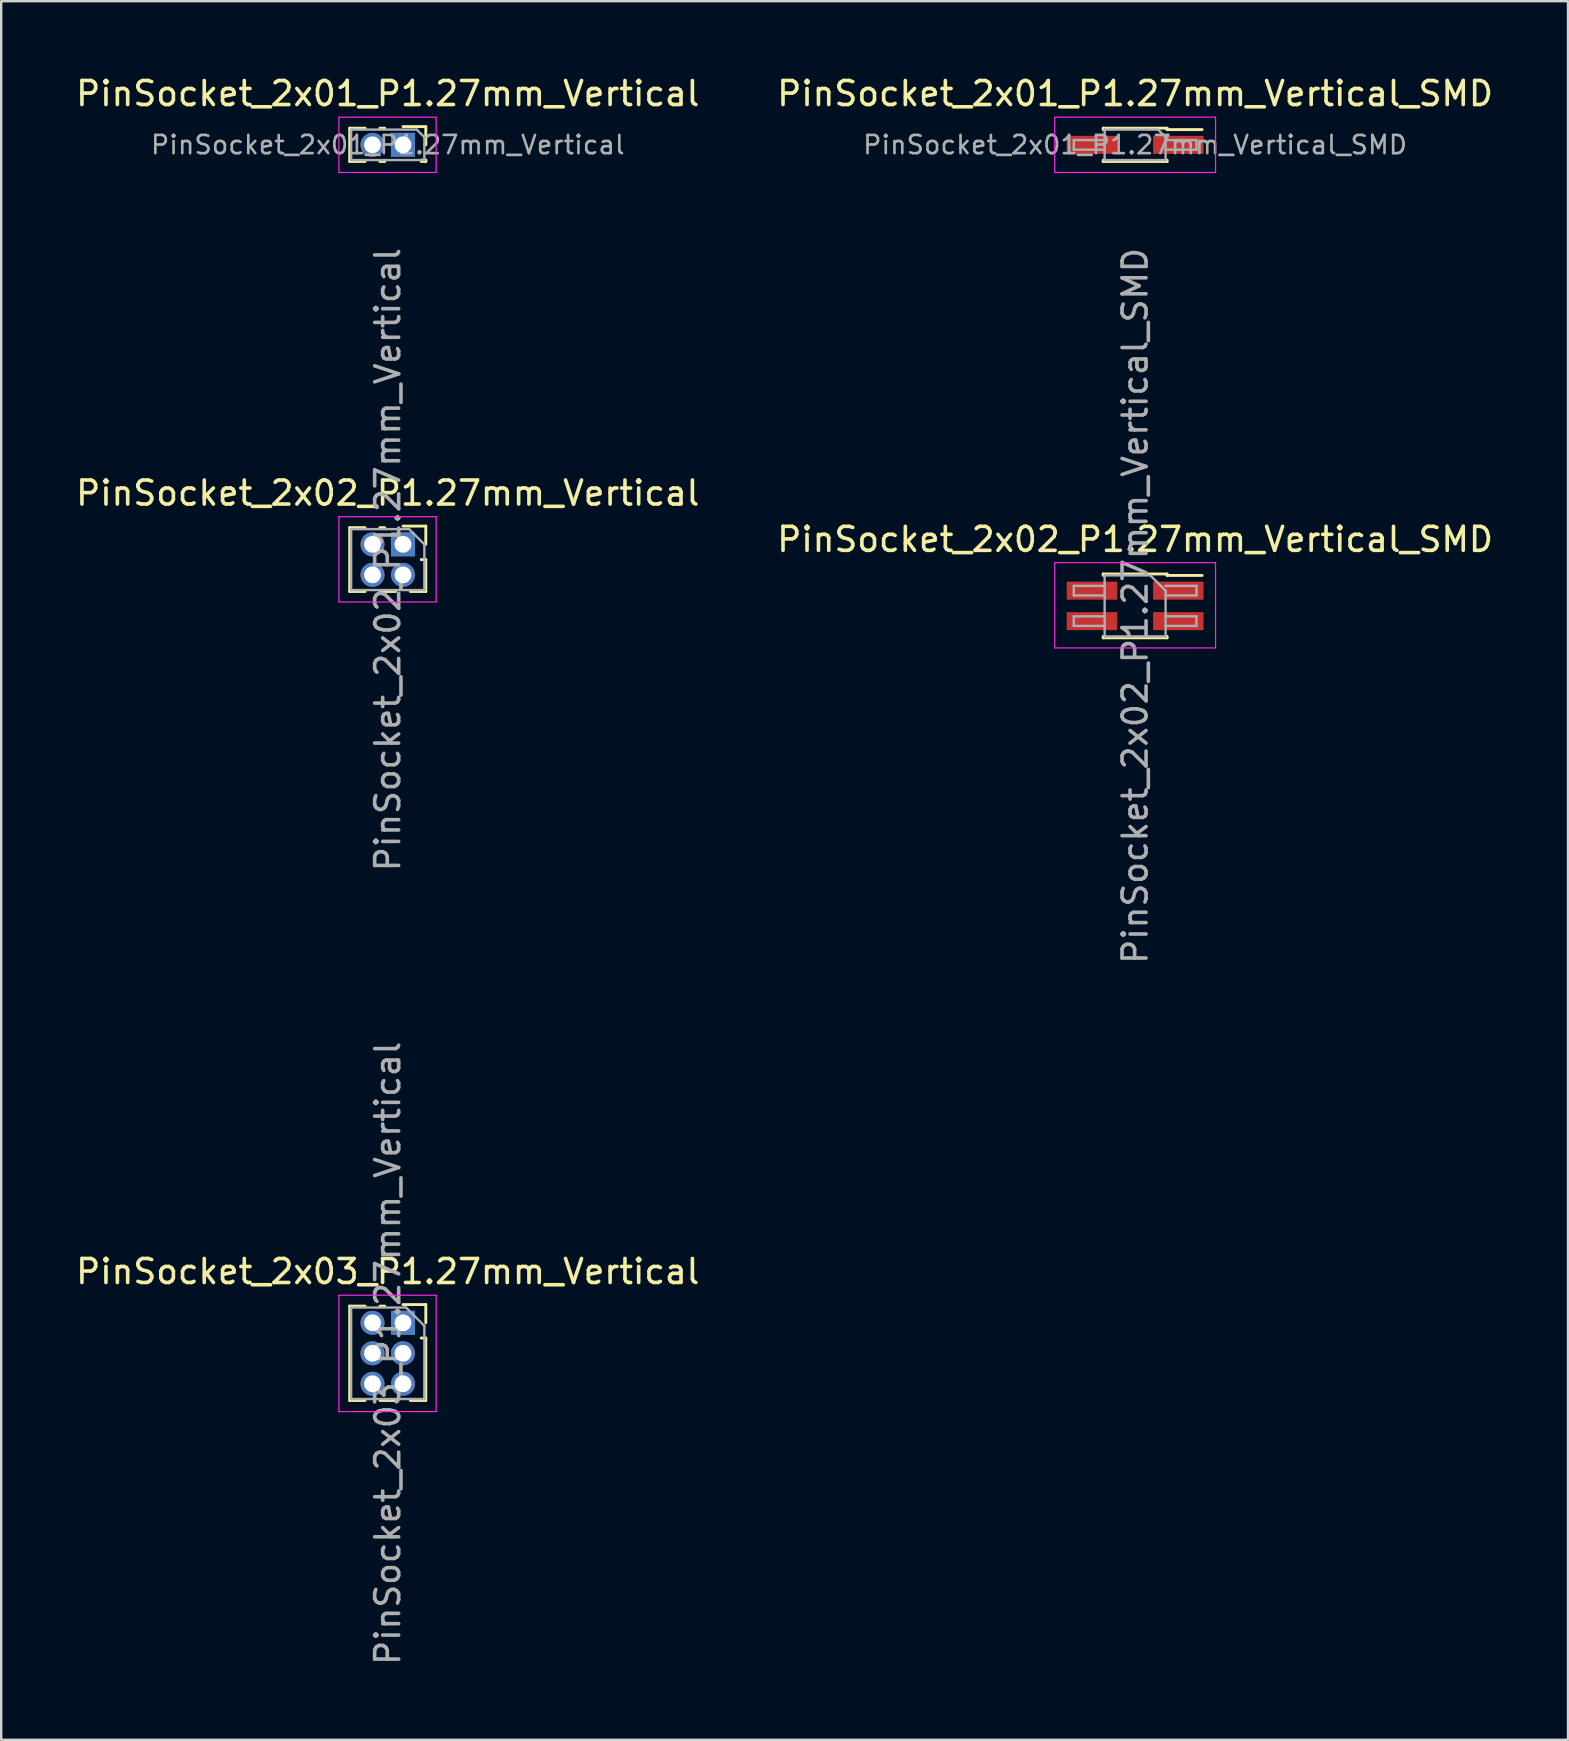
<source format=kicad_pcb>
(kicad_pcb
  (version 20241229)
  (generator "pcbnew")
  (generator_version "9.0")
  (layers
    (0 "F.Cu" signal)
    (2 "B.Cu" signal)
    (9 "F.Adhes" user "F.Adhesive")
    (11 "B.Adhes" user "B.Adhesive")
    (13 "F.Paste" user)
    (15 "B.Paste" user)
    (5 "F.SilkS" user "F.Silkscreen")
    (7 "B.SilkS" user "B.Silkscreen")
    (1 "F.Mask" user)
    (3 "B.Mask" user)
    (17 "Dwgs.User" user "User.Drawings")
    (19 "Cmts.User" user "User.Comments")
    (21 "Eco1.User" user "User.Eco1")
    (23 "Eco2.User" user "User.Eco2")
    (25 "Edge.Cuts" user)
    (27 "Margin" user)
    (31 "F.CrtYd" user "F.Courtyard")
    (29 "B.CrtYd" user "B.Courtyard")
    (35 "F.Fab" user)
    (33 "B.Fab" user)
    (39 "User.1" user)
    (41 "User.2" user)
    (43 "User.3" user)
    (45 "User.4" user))
  (footprint "PinSocket_2x01_P1.27mm_Vertical_SMD"
    (layer "F.Cu")
    (at 44.232 2.983)
    (property "Reference" "PinSocket_2x01_P1.27mm_Vertical_SMD" (at 0 -2.135 0) (layer "F.SilkS") (effects (font (size 1 1) (thickness 0.15))))
    (attr smd)
    (fp_line (start -1.33 -0.695) (end -1.33 -0.635) (stroke (width 0.12) (type solid)) (layer "F.SilkS"))
    (fp_line (start -1.33 -0.695) (end 1.33 -0.695) (stroke (width 0.12) (type solid)) (layer "F.SilkS"))
    (fp_line (start -1.33 0.635) (end -1.33 0.695) (stroke (width 0.12) (type solid)) (layer "F.SilkS"))
    (fp_line (start -1.33 0.695) (end 1.33 0.695) (stroke (width 0.12) (type solid)) (layer "F.SilkS"))
    (fp_line (start 1.33 -0.695) (end 1.33 -0.635) (stroke (width 0.12) (type solid)) (layer "F.SilkS"))
    (fp_line (start 1.33 -0.635) (end 2.79 -0.635) (stroke (width 0.12) (type solid)) (layer "F.SilkS"))
    (fp_line (start 1.33 0.635) (end 1.33 0.695) (stroke (width 0.12) (type solid)) (layer "F.SilkS"))
    (fp_line (start -3.35 -1.15) (end 3.35 -1.15) (stroke (width 0.05) (type solid)) (layer "F.CrtYd"))
    (fp_line (start -3.35 1.15) (end -3.35 -1.15) (stroke (width 0.05) (type solid)) (layer "F.CrtYd"))
    (fp_line (start 3.35 -1.15) (end 3.35 1.15) (stroke (width 0.05) (type solid)) (layer "F.CrtYd"))
    (fp_line (start 3.35 1.15) (end -3.35 1.15) (stroke (width 0.05) (type solid)) (layer "F.CrtYd"))
    (fp_line (start -2.555 -0.2) (end -1.27 -0.2) (stroke (width 0.1) (type solid)) (layer "F.Fab"))
    (fp_line (start -2.555 0.2) (end -2.555 -0.2) (stroke (width 0.1) (type solid)) (layer "F.Fab"))
    (fp_line (start -1.27 -0.635) (end 0.953 -0.635) (stroke (width 0.1) (type solid)) (layer "F.Fab"))
    (fp_line (start -1.27 0.2) (end -2.555 0.2) (stroke (width 0.1) (type solid)) (layer "F.Fab"))
    (fp_line (start -1.27 0.635) (end -1.27 -0.635) (stroke (width 0.1) (type solid)) (layer "F.Fab"))
    (fp_line (start 0.953 -0.635) (end 1.27 -0.318) (stroke (width 0.1) (type solid)) (layer "F.Fab"))
    (fp_line (start 1.27 -0.318) (end 1.27 0.635) (stroke (width 0.1) (type solid)) (layer "F.Fab"))
    (fp_line (start 1.27 -0.2) (end 2.555 -0.2) (stroke (width 0.1) (type solid)) (layer "F.Fab"))
    (fp_line (start 1.27 0.635) (end -1.27 0.635) (stroke (width 0.1) (type solid)) (layer "F.Fab"))
    (fp_line (start 2.555 -0.2) (end 2.555 0.2) (stroke (width 0.1) (type solid)) (layer "F.Fab"))
    (fp_line (start 2.555 0.2) (end 1.27 0.2) (stroke (width 0.1) (type solid)) (layer "F.Fab"))
    (fp_text user "${REFERENCE}" (at 0 0 0) (layer "F.Fab") (effects (font (size 0.76 0.76) (thickness 0.11))))
    (pad "1" smd rect (at 1.8 0) (size 2.1 0.75) (layers "F.Cu" "F.Mask" "F.Paste"))
    (pad "2" smd rect (at -1.8 0) (size 2.1 0.75) (layers "F.Cu" "F.Mask" "F.Paste")))
  (footprint "PinSocket_2x02_P1.27mm_Vertical_SMD"
    (layer "F.Cu")
    (at 44.232 22.188)
    (property "Reference" "PinSocket_2x02_P1.27mm_Vertical_SMD" (at 0 -2.77 0) (layer "F.SilkS") (effects (font (size 1 1) (thickness 0.15))))
    (attr smd)
    (fp_line (start -1.33 -1.33) (end -1.33 -1.27) (stroke (width 0.12) (type solid)) (layer "F.SilkS"))
    (fp_line (start -1.33 -1.33) (end 1.33 -1.33) (stroke (width 0.12) (type solid)) (layer "F.SilkS"))
    (fp_line (start -1.33 1.27) (end -1.33 1.33) (stroke (width 0.12) (type solid)) (layer "F.SilkS"))
    (fp_line (start -1.33 1.33) (end 1.33 1.33) (stroke (width 0.12) (type solid)) (layer "F.SilkS"))
    (fp_line (start 1.33 -1.33) (end 1.33 -1.27) (stroke (width 0.12) (type solid)) (layer "F.SilkS"))
    (fp_line (start 1.33 -1.27) (end 2.79 -1.27) (stroke (width 0.12) (type solid)) (layer "F.SilkS"))
    (fp_line (start 1.33 1.27) (end 1.33 1.33) (stroke (width 0.12) (type solid)) (layer "F.SilkS"))
    (fp_line (start -3.35 -1.8) (end 3.35 -1.8) (stroke (width 0.05) (type solid)) (layer "F.CrtYd"))
    (fp_line (start -3.35 1.75) (end -3.35 -1.8) (stroke (width 0.05) (type solid)) (layer "F.CrtYd"))
    (fp_line (start 3.35 -1.8) (end 3.35 1.75) (stroke (width 0.05) (type solid)) (layer "F.CrtYd"))
    (fp_line (start 3.35 1.75) (end -3.35 1.75) (stroke (width 0.05) (type solid)) (layer "F.CrtYd"))
    (fp_line (start -2.555 -0.835) (end -1.27 -0.835) (stroke (width 0.1) (type solid)) (layer "F.Fab"))
    (fp_line (start -2.555 -0.435) (end -2.555 -0.835) (stroke (width 0.1) (type solid)) (layer "F.Fab"))
    (fp_line (start -2.555 0.435) (end -1.27 0.435) (stroke (width 0.1) (type solid)) (layer "F.Fab"))
    (fp_line (start -2.555 0.835) (end -2.555 0.435) (stroke (width 0.1) (type solid)) (layer "F.Fab"))
    (fp_line (start -1.27 -1.27) (end 0.635 -1.27) (stroke (width 0.1) (type solid)) (layer "F.Fab"))
    (fp_line (start -1.27 -0.435) (end -2.555 -0.435) (stroke (width 0.1) (type solid)) (layer "F.Fab"))
    (fp_line (start -1.27 0.835) (end -2.555 0.835) (stroke (width 0.1) (type solid)) (layer "F.Fab"))
    (fp_line (start -1.27 1.27) (end -1.27 -1.27) (stroke (width 0.1) (type solid)) (layer "F.Fab"))
    (fp_line (start 0.635 -1.27) (end 1.27 -0.635) (stroke (width 0.1) (type solid)) (layer "F.Fab"))
    (fp_line (start 1.27 -0.835) (end 2.555 -0.835) (stroke (width 0.1) (type solid)) (layer "F.Fab"))
    (fp_line (start 1.27 -0.635) (end 1.27 1.27) (stroke (width 0.1) (type solid)) (layer "F.Fab"))
    (fp_line (start 1.27 0.435) (end 2.555 0.435) (stroke (width 0.1) (type solid)) (layer "F.Fab"))
    (fp_line (start 1.27 1.27) (end -1.27 1.27) (stroke (width 0.1) (type solid)) (layer "F.Fab"))
    (fp_line (start 2.555 -0.835) (end 2.555 -0.435) (stroke (width 0.1) (type solid)) (layer "F.Fab"))
    (fp_line (start 2.555 -0.435) (end 1.27 -0.435) (stroke (width 0.1) (type solid)) (layer "F.Fab"))
    (fp_line (start 2.555 0.435) (end 2.555 0.835) (stroke (width 0.1) (type solid)) (layer "F.Fab"))
    (fp_line (start 2.555 0.835) (end 1.27 0.835) (stroke (width 0.1) (type solid)) (layer "F.Fab"))
    (fp_text user "${REFERENCE}" (at 0 0 90) (layer "F.Fab") (effects (font (size 1 1) (thickness 0.15))))
    (pad "1" smd rect (at 1.8 -0.635) (size 2.1 0.75) (layers "F.Cu" "F.Mask" "F.Paste"))
    (pad "2" smd rect (at -1.8 -0.635) (size 2.1 0.75) (layers "F.Cu" "F.Mask" "F.Paste"))
    (pad "3" smd rect (at 1.8 0.635) (size 2.1 0.75) (layers "F.Cu" "F.Mask" "F.Paste"))
    (pad "4" smd rect (at -1.8 0.635) (size 2.1 0.75) (layers "F.Cu" "F.Mask" "F.Paste")))
  (footprint "PinSocket_2x02_P1.27mm_Vertical"
    (layer "F.Cu")
    (at 13.736 19.624)
    (property "Reference" "PinSocket_2x02_P1.27mm_Vertical" (at -0.635 -2.135 0) (layer "F.SilkS") (effects (font (size 1 1) (thickness 0.15))))
    (attr through_hole)
    (fp_line (start -2.22 -0.695) (end -2.22 1.965) (stroke (width 0.12) (type solid)) (layer "F.SilkS"))
    (fp_line (start -2.22 -0.695) (end -1.578 -0.695) (stroke (width 0.12) (type solid)) (layer "F.SilkS"))
    (fp_line (start -2.22 1.965) (end -1.578 1.965) (stroke (width 0.12) (type solid)) (layer "F.SilkS"))
    (fp_line (start -0.962 -0.695) (end -0.76 -0.695) (stroke (width 0.12) (type solid)) (layer "F.SilkS"))
    (fp_line (start -0.962 1.965) (end -0.308 1.965) (stroke (width 0.12) (type solid)) (layer "F.SilkS"))
    (fp_line (start 0 -0.76) (end 0.95 -0.76) (stroke (width 0.12) (type solid)) (layer "F.SilkS"))
    (fp_line (start 0.308 1.965) (end 0.95 1.965) (stroke (width 0.12) (type solid)) (layer "F.SilkS"))
    (fp_line (start 0.76 0.635) (end 0.95 0.635) (stroke (width 0.12) (type solid)) (layer "F.SilkS"))
    (fp_line (start 0.95 -0.76) (end 0.95 0) (stroke (width 0.12) (type solid)) (layer "F.SilkS"))
    (fp_line (start 0.95 0.635) (end 0.95 1.965) (stroke (width 0.12) (type solid)) (layer "F.SilkS"))
    (fp_line (start -2.67 -1.15) (end 1.38 -1.15) (stroke (width 0.05) (type solid)) (layer "F.CrtYd"))
    (fp_line (start -2.67 2.4) (end -2.67 -1.15) (stroke (width 0.05) (type solid)) (layer "F.CrtYd"))
    (fp_line (start 1.38 -1.15) (end 1.38 2.4) (stroke (width 0.05) (type solid)) (layer "F.CrtYd"))
    (fp_line (start 1.38 2.4) (end -2.67 2.4) (stroke (width 0.05) (type solid)) (layer "F.CrtYd"))
    (fp_line (start -2.16 -0.635) (end 0.255 -0.635) (stroke (width 0.1) (type solid)) (layer "F.Fab"))
    (fp_line (start -2.16 1.905) (end -2.16 -0.635) (stroke (width 0.1) (type solid)) (layer "F.Fab"))
    (fp_line (start 0.255 -0.635) (end 0.89 0) (stroke (width 0.1) (type solid)) (layer "F.Fab"))
    (fp_line (start 0.89 0) (end 0.89 1.905) (stroke (width 0.1) (type solid)) (layer "F.Fab"))
    (fp_line (start 0.89 1.905) (end -2.16 1.905) (stroke (width 0.1) (type solid)) (layer "F.Fab"))
    (fp_text user "${REFERENCE}" (at -0.635 0.635 90) (layer "F.Fab") (effects (font (size 1 1) (thickness 0.15))))
    (pad "1" thru_hole rect (at 0 0) (size 1 1) (drill 0.7) (layers "*.Cu" "*.Mask"))
    (pad "2" thru_hole oval (at -1.27 0) (size 1 1) (drill 0.7) (layers "*.Cu" "*.Mask"))
    (pad "3" thru_hole oval (at 0 1.27) (size 1 1) (drill 0.7) (layers "*.Cu" "*.Mask"))
    (pad "4" thru_hole oval (at -1.27 1.27) (size 1 1) (drill 0.7) (layers "*.Cu" "*.Mask")))
  (footprint "PinSocket_2x01_P1.27mm_Vertical"
    (layer "F.Cu")
    (at 13.736 2.983)
    (property "Reference" "PinSocket_2x01_P1.27mm_Vertical" (at -0.635 -2.135 0) (layer "F.SilkS") (effects (font (size 1 1) (thickness 0.15))))
    (attr through_hole)
    (fp_line (start -2.22 -0.695) (end -2.22 0.695) (stroke (width 0.12) (type solid)) (layer "F.SilkS"))
    (fp_line (start -2.22 -0.695) (end -1.578 -0.695) (stroke (width 0.12) (type solid)) (layer "F.SilkS"))
    (fp_line (start -2.22 0.695) (end -1.578 0.695) (stroke (width 0.12) (type solid)) (layer "F.SilkS"))
    (fp_line (start -0.962 -0.695) (end -0.76 -0.695) (stroke (width 0.12) (type solid)) (layer "F.SilkS"))
    (fp_line (start -0.962 0.695) (end -0.76 0.695) (stroke (width 0.12) (type solid)) (layer "F.SilkS"))
    (fp_line (start 0 -0.76) (end 0.95 -0.76) (stroke (width 0.12) (type solid)) (layer "F.SilkS"))
    (fp_line (start 0.76 0.635) (end 0.95 0.635) (stroke (width 0.12) (type solid)) (layer "F.SilkS"))
    (fp_line (start 0.76 0.695) (end 0.95 0.695) (stroke (width 0.12) (type solid)) (layer "F.SilkS"))
    (fp_line (start 0.95 -0.76) (end 0.95 0) (stroke (width 0.12) (type solid)) (layer "F.SilkS"))
    (fp_line (start 0.95 0.635) (end 0.95 0.695) (stroke (width 0.12) (type solid)) (layer "F.SilkS"))
    (fp_line (start -2.67 -1.15) (end 1.38 -1.15) (stroke (width 0.05) (type solid)) (layer "F.CrtYd"))
    (fp_line (start -2.67 1.15) (end -2.67 -1.15) (stroke (width 0.05) (type solid)) (layer "F.CrtYd"))
    (fp_line (start 1.38 -1.15) (end 1.38 1.15) (stroke (width 0.05) (type solid)) (layer "F.CrtYd"))
    (fp_line (start 1.38 1.15) (end -2.67 1.15) (stroke (width 0.05) (type solid)) (layer "F.CrtYd"))
    (fp_line (start -2.16 -0.635) (end 0.573 -0.635) (stroke (width 0.1) (type solid)) (layer "F.Fab"))
    (fp_line (start -2.16 0.635) (end -2.16 -0.635) (stroke (width 0.1) (type solid)) (layer "F.Fab"))
    (fp_line (start 0.573 -0.635) (end 0.89 -0.318) (stroke (width 0.1) (type solid)) (layer "F.Fab"))
    (fp_line (start 0.89 -0.318) (end 0.89 0.635) (stroke (width 0.1) (type solid)) (layer "F.Fab"))
    (fp_line (start 0.89 0.635) (end -2.16 0.635) (stroke (width 0.1) (type solid)) (layer "F.Fab"))
    (fp_text user "${REFERENCE}" (at -0.635 0 0) (layer "F.Fab") (effects (font (size 0.76 0.76) (thickness 0.11))))
    (pad "1" thru_hole rect (at 0 0) (size 1 1) (drill 0.7) (layers "*.Cu" "*.Mask"))
    (pad "2" thru_hole oval (at -1.27 0) (size 1 1) (drill 0.7) (layers "*.Cu" "*.Mask")))
  (footprint "PinSocket_2x03_P1.27mm_Vertical"
    (layer "F.Cu")
    (at 13.736 52.049)
    (property "Reference" "PinSocket_2x03_P1.27mm_Vertical" (at -0.635 -2.135 0) (layer "F.SilkS") (effects (font (size 1 1) (thickness 0.15))))
    (attr through_hole)
    (fp_line (start -2.22 -0.695) (end -2.22 3.235) (stroke (width 0.12) (type solid)) (layer "F.SilkS"))
    (fp_line (start -2.22 -0.695) (end -1.578 -0.695) (stroke (width 0.12) (type solid)) (layer "F.SilkS"))
    (fp_line (start -2.22 3.235) (end -1.578 3.235) (stroke (width 0.12) (type solid)) (layer "F.SilkS"))
    (fp_line (start -0.962 -0.695) (end -0.76 -0.695) (stroke (width 0.12) (type solid)) (layer "F.SilkS"))
    (fp_line (start -0.962 3.235) (end -0.308 3.235) (stroke (width 0.12) (type solid)) (layer "F.SilkS"))
    (fp_line (start 0 -0.76) (end 0.95 -0.76) (stroke (width 0.12) (type solid)) (layer "F.SilkS"))
    (fp_line (start 0.308 3.235) (end 0.95 3.235) (stroke (width 0.12) (type solid)) (layer "F.SilkS"))
    (fp_line (start 0.76 0.635) (end 0.95 0.635) (stroke (width 0.12) (type solid)) (layer "F.SilkS"))
    (fp_line (start 0.95 -0.76) (end 0.95 0) (stroke (width 0.12) (type solid)) (layer "F.SilkS"))
    (fp_line (start 0.95 0.635) (end 0.95 3.235) (stroke (width 0.12) (type solid)) (layer "F.SilkS"))
    (fp_line (start -2.67 -1.15) (end 1.38 -1.15) (stroke (width 0.05) (type solid)) (layer "F.CrtYd"))
    (fp_line (start -2.67 3.7) (end -2.67 -1.15) (stroke (width 0.05) (type solid)) (layer "F.CrtYd"))
    (fp_line (start 1.38 -1.15) (end 1.38 3.7) (stroke (width 0.05) (type solid)) (layer "F.CrtYd"))
    (fp_line (start 1.38 3.7) (end -2.67 3.7) (stroke (width 0.05) (type solid)) (layer "F.CrtYd"))
    (fp_line (start -2.16 -0.635) (end 0.128 -0.635) (stroke (width 0.1) (type solid)) (layer "F.Fab"))
    (fp_line (start -2.16 3.175) (end -2.16 -0.635) (stroke (width 0.1) (type solid)) (layer "F.Fab"))
    (fp_line (start 0.128 -0.635) (end 0.89 0.128) (stroke (width 0.1) (type solid)) (layer "F.Fab"))
    (fp_line (start 0.89 0.128) (end 0.89 3.175) (stroke (width 0.1) (type solid)) (layer "F.Fab"))
    (fp_line (start 0.89 3.175) (end -2.16 3.175) (stroke (width 0.1) (type solid)) (layer "F.Fab"))
    (fp_text user "${REFERENCE}" (at -0.635 1.27 90) (layer "F.Fab") (effects (font (size 1 1) (thickness 0.15))))
    (pad "1" thru_hole rect (at 0 0) (size 1 1) (drill 0.7) (layers "*.Cu" "*.Mask"))
    (pad "2" thru_hole oval (at -1.27 0) (size 1 1) (drill 0.7) (layers "*.Cu" "*.Mask"))
    (pad "3" thru_hole oval (at 0 1.27) (size 1 1) (drill 0.7) (layers "*.Cu" "*.Mask"))
    (pad "4" thru_hole oval (at -1.27 1.27) (size 1 1) (drill 0.7) (layers "*.Cu" "*.Mask"))
    (pad "5" thru_hole oval (at 0 2.54) (size 1 1) (drill 0.7) (layers "*.Cu" "*.Mask"))
    (pad "6" thru_hole oval (at -1.27 2.54) (size 1 1) (drill 0.7) (layers "*.Cu" "*.Mask")))
  (gr_rect
    (start -3 -3)
    (end 62.262 69.42)
    (stroke (width 0.1) (type default))
    (fill no)
    (layer "Edge.Cuts")))
</source>
